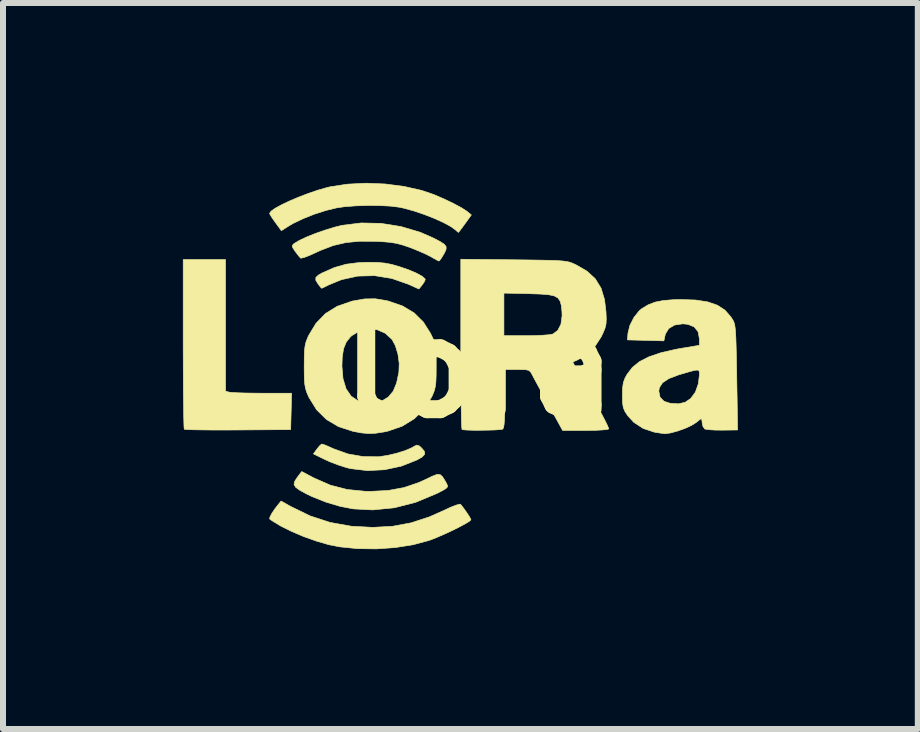
<source format=kicad_pcb>
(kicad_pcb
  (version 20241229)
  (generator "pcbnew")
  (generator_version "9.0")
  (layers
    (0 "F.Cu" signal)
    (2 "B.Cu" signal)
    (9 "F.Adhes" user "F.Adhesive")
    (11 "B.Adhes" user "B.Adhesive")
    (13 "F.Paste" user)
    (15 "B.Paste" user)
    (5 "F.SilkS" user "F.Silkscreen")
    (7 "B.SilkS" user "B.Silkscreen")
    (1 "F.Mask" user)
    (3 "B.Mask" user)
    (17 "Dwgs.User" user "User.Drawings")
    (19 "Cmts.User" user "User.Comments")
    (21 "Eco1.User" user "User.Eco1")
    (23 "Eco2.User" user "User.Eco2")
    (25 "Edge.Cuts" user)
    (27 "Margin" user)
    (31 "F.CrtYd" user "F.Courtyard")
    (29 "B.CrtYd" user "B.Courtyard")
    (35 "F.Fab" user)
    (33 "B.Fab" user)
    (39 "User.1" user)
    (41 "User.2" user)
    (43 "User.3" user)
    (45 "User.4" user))
  (footprint "lora"
    (layer "F.Cu")
    (at 4.944 3.084)
    (property "Reference" "lora" (at 0 0 0) (layer "F.SilkS") (effects (font (size 1.524 1.524) (thickness 0.3))))
    (attr through_hole)
    (fp_poly (pts (xy -4.233 0.389) (xy -4.17 0.406) (xy -4.121 0.411) (xy -4.027 0.416) (xy -3.898 0.42) (xy -3.745 0.422) (xy -3.619 0.423) (xy -3.131 0.423) (xy -3.139 0.727) (xy -3.147 1.03) (xy -4.025 1.036) (xy -4.242 1.037) (xy -4.441 1.037) (xy -4.615 1.035) (xy -4.756 1.033) (xy -4.857 1.03) (xy -4.913 1.026) (xy -4.921 1.024) (xy -4.925 0.993) (xy -4.928 0.912) (xy -4.931 0.784) (xy -4.933 0.617) (xy -4.936 0.414) (xy -4.937 0.183) (xy -4.938 -0.072) (xy -4.939 -0.346) (xy -4.939 -0.4) (xy -4.939 -1.806) (xy -4.233 -1.806) (xy -4.233 0.389)) (stroke (width 0.01) (type solid)) (fill yes) (layer "F.SilkS"))
    (fp_poly (pts (xy -1.705 -1.758) (xy -1.58 -1.747) (xy -1.463 -1.725) (xy -1.333 -1.687) (xy -1.326 -1.685) (xy -1.173 -1.632) (xy -1.047 -1.578) (xy -0.956 -1.528) (xy -0.908 -1.486) (xy -0.903 -1.471) (xy -0.919 -1.433) (xy -0.956 -1.38) (xy -1.009 -1.315) (xy -1.181 -1.393) (xy -1.462 -1.491) (xy -1.746 -1.537) (xy -2.027 -1.53) (xy -2.298 -1.471) (xy -2.506 -1.386) (xy -2.577 -1.351) (xy -2.622 -1.33) (xy -2.631 -1.327) (xy -2.651 -1.348) (xy -2.688 -1.396) (xy -2.728 -1.461) (xy -2.727 -1.507) (xy -2.683 -1.548) (xy -2.622 -1.582) (xy -2.419 -1.672) (xy -2.223 -1.728) (xy -2.011 -1.755) (xy -1.863 -1.76) (xy -1.705 -1.758)) (stroke (width 0.01) (type solid)) (fill yes) (layer "F.SilkS"))
    (fp_poly (pts (xy -2.59 1.281) (xy -2.519 1.31) (xy -2.427 1.352) (xy -2.423 1.353) (xy -2.191 1.436) (xy -1.938 1.48) (xy -1.689 1.483) (xy -1.665 1.481) (xy -1.525 1.459) (xy -1.378 1.424) (xy -1.24 1.381) (xy -1.13 1.334) (xy -1.09 1.311) (xy -1.045 1.288) (xy -1.005 1.3) (xy -0.968 1.332) (xy -0.917 1.391) (xy -0.912 1.44) (xy -0.954 1.486) (xy -1.041 1.536) (xy -1.301 1.639) (xy -1.581 1.699) (xy -1.867 1.714) (xy -2.142 1.681) (xy -2.212 1.665) (xy -2.346 1.622) (xy -2.492 1.567) (xy -2.586 1.524) (xy -2.767 1.435) (xy -2.708 1.353) (xy -2.663 1.298) (xy -2.629 1.271) (xy -2.626 1.27) (xy -2.59 1.281)) (stroke (width 0.01) (type solid)) (fill yes) (layer "F.SilkS"))
    (fp_poly (pts (xy -2.753 1.839) (xy -2.483 1.957) (xy -2.203 2.029) (xy -1.899 2.059) (xy -1.814 2.06) (xy -1.521 2.045) (xy -1.259 1.997) (xy -1.011 1.913) (xy -0.892 1.859) (xy -0.78 1.805) (xy -0.706 1.777) (xy -0.655 1.78) (xy -0.616 1.814) (xy -0.573 1.882) (xy -0.551 1.922) (xy -0.533 1.959) (xy -0.533 1.987) (xy -0.56 2.014) (xy -0.621 2.05) (xy -0.714 2.097) (xy -1.064 2.243) (xy -1.42 2.334) (xy -1.778 2.369) (xy -2.103 2.352) (xy -2.321 2.31) (xy -2.557 2.24) (xy -2.786 2.149) (xy -2.878 2.105) (xy -2.994 2.042) (xy -3.063 1.992) (xy -3.091 1.945) (xy -3.081 1.895) (xy -3.04 1.831) (xy -3.038 1.828) (xy -2.963 1.729) (xy -2.753 1.839)) (stroke (width 0.01) (type solid)) (fill yes) (layer "F.SilkS"))
    (fp_poly (pts (xy -3.149 2.31) (xy -2.823 2.469) (xy -2.489 2.578) (xy -2.137 2.641) (xy -1.778 2.66) (xy -1.449 2.642) (xy -1.14 2.585) (xy -0.836 2.486) (xy -0.6 2.381) (xy -0.489 2.329) (xy -0.396 2.292) (xy -0.334 2.274) (xy -0.314 2.275) (xy -0.258 2.347) (xy -0.204 2.424) (xy -0.161 2.49) (xy -0.141 2.531) (xy -0.141 2.534) (xy -0.165 2.558) (xy -0.231 2.598) (xy -0.327 2.65) (xy -0.443 2.708) (xy -0.569 2.767) (xy -0.693 2.821) (xy -0.805 2.866) (xy -0.842 2.879) (xy -1.106 2.95) (xy -1.404 2.997) (xy -1.718 3.019) (xy -2.032 3.015) (xy -2.328 2.985) (xy -2.512 2.949) (xy -2.715 2.89) (xy -2.927 2.815) (xy -3.131 2.728) (xy -3.314 2.637) (xy -3.46 2.548) (xy -3.497 2.521) (xy -3.494 2.491) (xy -3.463 2.43) (xy -3.411 2.352) (xy -3.373 2.303) (xy -3.307 2.221) (xy -3.149 2.31)) (stroke (width 0.01) (type solid)) (fill yes) (layer "F.SilkS"))
    (fp_poly (pts (xy -1.64 -2.409) (xy -1.307 -2.356) (xy -0.987 -2.261) (xy -0.776 -2.169) (xy -0.66 -2.109) (xy -0.588 -2.063) (xy -0.555 -2.023) (xy -0.555 -1.978) (xy -0.58 -1.92) (xy -0.595 -1.894) (xy -0.636 -1.826) (xy -0.667 -1.786) (xy -0.675 -1.781) (xy -0.707 -1.796) (xy -0.769 -1.83) (xy -0.804 -1.851) (xy -0.884 -1.892) (xy -0.997 -1.942) (xy -1.121 -1.993) (xy -1.157 -2.007) (xy -1.275 -2.047) (xy -1.379 -2.075) (xy -1.489 -2.093) (xy -1.623 -2.104) (xy -1.739 -2.11) (xy -2 -2.111) (xy -2.226 -2.089) (xy -2.436 -2.04) (xy -2.646 -1.96) (xy -2.731 -1.921) (xy -2.834 -1.874) (xy -2.918 -1.842) (xy -2.971 -1.829) (xy -2.981 -1.83) (xy -3.012 -1.864) (xy -3.058 -1.924) (xy -3.072 -1.942) (xy -3.112 -2.004) (xy -3.121 -2.038) (xy -3.1 -2.064) (xy -3.086 -2.075) (xy -3.002 -2.125) (xy -2.878 -2.183) (xy -2.728 -2.243) (xy -2.567 -2.299) (xy -2.41 -2.347) (xy -2.287 -2.377) (xy -1.971 -2.416) (xy -1.64 -2.409)) (stroke (width 0.01) (type solid)) (fill yes) (layer "F.SilkS"))
    (fp_poly (pts (xy -1.569 -3.066) (xy -1.255 -3.025) (xy -0.963 -2.959) (xy -0.763 -2.891) (xy -0.591 -2.817) (xy -0.434 -2.742) (xy -0.303 -2.672) (xy -0.211 -2.613) (xy -0.201 -2.605) (xy -0.134 -2.55) (xy -0.239 -2.404) (xy -0.294 -2.329) (xy -0.334 -2.276) (xy -0.349 -2.258) (xy -0.371 -2.275) (xy -0.396 -2.298) (xy -0.477 -2.357) (xy -0.601 -2.424) (xy -0.754 -2.493) (xy -0.923 -2.559) (xy -1.095 -2.617) (xy -1.259 -2.662) (xy -1.339 -2.679) (xy -1.484 -2.697) (xy -1.667 -2.706) (xy -1.867 -2.708) (xy -2.068 -2.701) (xy -2.249 -2.687) (xy -2.375 -2.669) (xy -2.557 -2.625) (xy -2.753 -2.562) (xy -2.942 -2.487) (xy -3.106 -2.408) (xy -3.171 -2.37) (xy -3.302 -2.287) (xy -3.4 -2.421) (xy -3.453 -2.496) (xy -3.489 -2.553) (xy -3.499 -2.575) (xy -3.474 -2.612) (xy -3.405 -2.661) (xy -3.299 -2.719) (xy -3.167 -2.782) (xy -3.016 -2.846) (xy -2.857 -2.907) (xy -2.697 -2.962) (xy -2.546 -3.005) (xy -2.489 -3.019) (xy -2.202 -3.063) (xy -1.89 -3.079) (xy -1.569 -3.066)) (stroke (width 0.01) (type solid)) (fill yes) (layer "F.SilkS"))
    (fp_poly (pts (xy -1.555 -1.122) (xy -1.516 -1.113) (xy -1.28 -1.031) (xy -1.088 -0.916) (xy -0.935 -0.765) (xy -0.814 -0.574) (xy -0.813 -0.571) (xy -0.774 -0.49) (xy -0.748 -0.423) (xy -0.732 -0.356) (xy -0.723 -0.274) (xy -0.72 -0.163) (xy -0.72 -0.029) (xy -0.721 0.123) (xy -0.725 0.233) (xy -0.735 0.314) (xy -0.752 0.382) (xy -0.779 0.45) (xy -0.795 0.485) (xy -0.919 0.685) (xy -1.084 0.848) (xy -1.287 0.973) (xy -1.525 1.055) (xy -1.596 1.07) (xy -1.734 1.091) (xy -1.852 1.096) (xy -1.974 1.084) (xy -2.11 1.058) (xy -2.348 0.981) (xy -2.549 0.862) (xy -2.714 0.7) (xy -2.841 0.495) (xy -2.847 0.483) (xy -2.878 0.411) (xy -2.899 0.345) (xy -2.912 0.272) (xy -2.919 0.176) (xy -2.921 0.044) (xy -2.921 -0.027) (xy -2.292 -0.027) (xy -2.274 0.182) (xy -2.223 0.349) (xy -2.139 0.472) (xy -2.023 0.55) (xy -1.986 0.564) (xy -1.825 0.589) (xy -1.674 0.57) (xy -1.629 0.554) (xy -1.52 0.488) (xy -1.438 0.391) (xy -1.381 0.255) (xy -1.342 0.072) (xy -1.342 0.071) (xy -1.337 -0.074) (xy -1.358 -0.228) (xy -1.401 -0.37) (xy -1.456 -0.472) (xy -1.568 -0.576) (xy -1.703 -0.635) (xy -1.85 -0.649) (xy -1.996 -0.616) (xy -2.129 -0.536) (xy -2.151 -0.516) (xy -2.22 -0.429) (xy -2.265 -0.32) (xy -2.287 -0.176) (xy -2.292 -0.027) (xy -2.921 -0.027) (xy -2.921 -0.028) (xy -2.92 -0.18) (xy -2.916 -0.29) (xy -2.906 -0.371) (xy -2.889 -0.439) (xy -2.862 -0.507) (xy -2.847 -0.54) (xy -2.724 -0.743) (xy -2.567 -0.905) (xy -2.372 -1.026) (xy -2.136 -1.108) (xy -2.114 -1.114) (xy -1.916 -1.149) (xy -1.738 -1.152) (xy -1.555 -1.122)) (stroke (width 0.01) (type solid)) (fill yes) (layer "F.SilkS"))
    (fp_poly (pts (xy 3.606 -1.131) (xy 3.807 -1.1) (xy 3.968 -1.045) (xy 4.094 -0.963) (xy 4.192 -0.852) (xy 4.209 -0.826) (xy 4.226 -0.799) (xy 4.24 -0.773) (xy 4.251 -0.743) (xy 4.26 -0.703) (xy 4.267 -0.648) (xy 4.273 -0.572) (xy 4.278 -0.47) (xy 4.282 -0.338) (xy 4.286 -0.168) (xy 4.29 0.043) (xy 4.294 0.301) (xy 4.298 0.511) (xy 4.306 1.036) (xy 4.051 1.039) (xy 3.933 1.038) (xy 3.835 1.032) (xy 3.771 1.023) (xy 3.758 1.019) (xy 3.727 0.975) (xy 3.716 0.921) (xy 3.709 0.866) (xy 3.701 0.847) (xy 3.675 0.863) (xy 3.624 0.904) (xy 3.608 0.916) (xy 3.534 0.962) (xy 3.427 1.011) (xy 3.305 1.054) (xy 3.191 1.085) (xy 3.103 1.098) (xy 3.094 1.098) (xy 3.029 1.09) (xy 2.939 1.076) (xy 2.912 1.071) (xy 2.73 1.01) (xy 2.573 0.907) (xy 2.471 0.795) (xy 2.426 0.725) (xy 2.4 0.663) (xy 2.388 0.587) (xy 2.385 0.478) (xy 2.385 0.456) (xy 2.387 0.388) (xy 2.992 0.388) (xy 3.013 0.49) (xy 3.078 0.557) (xy 3.177 0.59) (xy 3.32 0.6) (xy 3.432 0.574) (xy 3.525 0.51) (xy 3.602 0.405) (xy 3.652 0.264) (xy 3.669 0.117) (xy 3.668 0.075) (xy 3.662 0.048) (xy 3.639 0.037) (xy 3.593 0.041) (xy 3.515 0.061) (xy 3.395 0.096) (xy 3.317 0.119) (xy 3.159 0.179) (xy 3.054 0.249) (xy 3.001 0.331) (xy 2.992 0.388) (xy 2.387 0.388) (xy 2.388 0.334) (xy 2.401 0.246) (xy 2.428 0.172) (xy 2.461 0.111) (xy 2.55 -0.006) (xy 2.67 -0.104) (xy 2.829 -0.185) (xy 3.03 -0.253) (xy 3.28 -0.31) (xy 3.384 -0.328) (xy 3.669 -0.376) (xy 3.669 -0.485) (xy 3.647 -0.602) (xy 3.582 -0.683) (xy 3.476 -0.726) (xy 3.392 -0.734) (xy 3.256 -0.714) (xy 3.158 -0.656) (xy 3.101 -0.563) (xy 3.095 -0.536) (xy 3.077 -0.45) (xy 2.773 -0.458) (xy 2.469 -0.466) (xy 2.478 -0.579) (xy 2.51 -0.708) (xy 2.577 -0.84) (xy 2.665 -0.951) (xy 2.708 -0.987) (xy 2.814 -1.051) (xy 2.931 -1.096) (xy 3.069 -1.123) (xy 3.243 -1.137) (xy 3.358 -1.139) (xy 3.606 -1.131)) (stroke (width 0.01) (type solid)) (fill yes) (layer "F.SilkS"))
    (fp_poly (pts (xy 0.572 -1.802) (xy 0.818 -1.799) (xy 1.014 -1.796) (xy 1.168 -1.793) (xy 1.286 -1.789) (xy 1.375 -1.783) (xy 1.442 -1.775) (xy 1.494 -1.765) (xy 1.537 -1.751) (xy 1.579 -1.733) (xy 1.61 -1.719) (xy 1.795 -1.612) (xy 1.933 -1.485) (xy 2.029 -1.329) (xy 2.087 -1.138) (xy 2.111 -0.938) (xy 2.116 -0.818) (xy 2.112 -0.732) (xy 2.094 -0.658) (xy 2.06 -0.576) (xy 2.033 -0.52) (xy 1.915 -0.338) (xy 1.762 -0.201) (xy 1.637 -0.132) (xy 1.582 -0.108) (xy 1.559 -0.097) (xy 1.57 -0.072) (xy 1.605 -0.006) (xy 1.661 0.095) (xy 1.733 0.225) (xy 1.818 0.375) (xy 1.862 0.451) (xy 1.951 0.61) (xy 2.029 0.752) (xy 2.092 0.872) (xy 2.135 0.96) (xy 2.156 1.011) (xy 2.157 1.019) (xy 2.125 1.029) (xy 2.047 1.036) (xy 1.934 1.042) (xy 1.798 1.044) (xy 1.765 1.044) (xy 1.388 1.044) (xy 1.268 0.826) (xy 1.195 0.692) (xy 1.115 0.547) (xy 1.044 0.418) (xy 1.039 0.409) (xy 0.98 0.301) (xy 0.925 0.2) (xy 0.886 0.126) (xy 0.883 0.12) (xy 0.857 0.073) (xy 0.828 0.045) (xy 0.782 0.032) (xy 0.703 0.029) (xy 0.63 0.028) (xy 0.423 0.028) (xy 0.423 0.519) (xy 0.422 0.71) (xy 0.419 0.85) (xy 0.412 0.945) (xy 0.402 1) (xy 0.389 1.022) (xy 0.388 1.023) (xy 0.34 1.03) (xy 0.254 1.036) (xy 0.144 1.039) (xy 0.022 1.041) (xy -0.096 1.041) (xy -0.196 1.038) (xy -0.266 1.033) (xy -0.29 1.027) (xy -0.294 0.996) (xy -0.298 0.913) (xy -0.301 0.785) (xy -0.304 0.617) (xy -0.307 0.414) (xy -0.309 0.183) (xy -0.31 -0.073) (xy -0.31 -0.347) (xy -0.31 -0.402) (xy -0.31 -0.536) (xy 0.409 -0.536) (xy 0.781 -0.536) (xy 0.927 -0.538) (xy 1.057 -0.544) (xy 1.16 -0.552) (xy 1.22 -0.562) (xy 1.224 -0.563) (xy 1.307 -0.624) (xy 1.36 -0.727) (xy 1.379 -0.869) (xy 1.377 -0.937) (xy 1.367 -1.038) (xy 1.347 -1.112) (xy 1.311 -1.164) (xy 1.25 -1.199) (xy 1.157 -1.219) (xy 1.023 -1.23) (xy 0.842 -1.236) (xy 0.825 -1.237) (xy 0.409 -1.246) (xy 0.409 -0.536) (xy -0.31 -0.536) (xy -0.31 -1.811) (xy 0.572 -1.802)) (stroke (width 0.01) (type solid)) (fill yes) (layer "F.SilkS")))
  (gr_rect
    (start -3 -3)
    (end 12.255 9.107)
    (stroke (width 0.1) (type default))
    (fill no)
    (layer "Edge.Cuts")))
</source>
